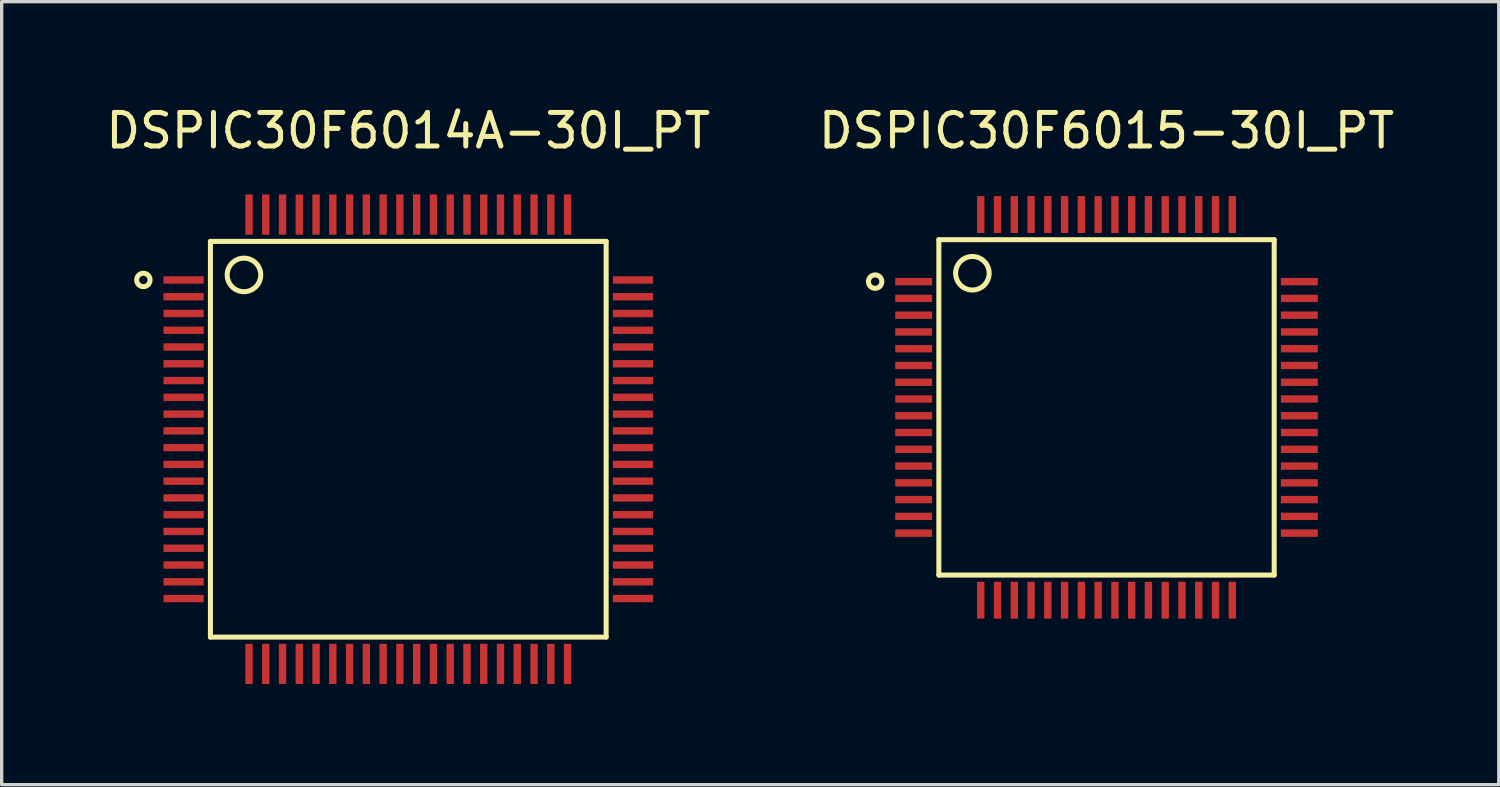
<source format=kicad_pcb>
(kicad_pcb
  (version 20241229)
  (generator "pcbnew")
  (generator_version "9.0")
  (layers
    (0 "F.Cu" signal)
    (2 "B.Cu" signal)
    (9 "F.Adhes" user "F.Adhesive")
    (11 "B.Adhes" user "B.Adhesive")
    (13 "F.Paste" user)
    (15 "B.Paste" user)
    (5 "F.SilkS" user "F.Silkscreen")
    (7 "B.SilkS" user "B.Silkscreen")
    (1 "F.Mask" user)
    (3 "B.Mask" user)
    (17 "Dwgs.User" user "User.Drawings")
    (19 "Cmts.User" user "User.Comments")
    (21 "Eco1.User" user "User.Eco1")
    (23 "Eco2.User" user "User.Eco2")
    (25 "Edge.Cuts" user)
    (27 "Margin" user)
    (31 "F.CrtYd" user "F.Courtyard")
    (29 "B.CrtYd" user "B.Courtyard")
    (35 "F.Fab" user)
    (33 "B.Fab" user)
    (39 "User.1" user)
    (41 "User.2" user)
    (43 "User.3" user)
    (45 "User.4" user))
  (footprint "DSPIC30F6015-30I_PT"
    (layer "F.Cu")
    (at 24.196 3.348)
    (property "Reference" "DSPIC30F6015-30I_PT" (at 5.75 -2.5 0) (layer "F.SilkS") (effects (font (size 1 1) (thickness 0.15))))
    (attr through_hole)
    (fp_line (start 0.75 0.75) (end 0.75 10.75) (stroke (width 0.15) (type solid)) (layer "F.SilkS"))
    (fp_line (start 0.75 0.75) (end 10.75 0.75) (stroke (width 0.15) (type solid)) (layer "F.SilkS"))
    (fp_line (start 0.75 10.75) (end 10.75 10.75) (stroke (width 0.15) (type solid)) (layer "F.SilkS"))
    (fp_line (start 10.75 10.75) (end 10.75 0.75) (stroke (width 0.15) (type solid)) (layer "F.SilkS"))
    (fp_circle (center -1.15 2) (end -1.15 1.8) (stroke (width 0.15) (type solid)) (fill no) (layer "F.SilkS"))
    (fp_circle (center 1.75 1.75) (end 1.75 1.25) (stroke (width 0.15) (type solid)) (fill no) (layer "F.SilkS"))
    (pad "1" smd rect (at 0 2) (size 1.1 0.22) (layers "F.Cu" "F.Mask" "F.Paste"))
    (pad "2" smd rect (at 0 2.5) (size 1.1 0.22) (layers "F.Cu" "F.Mask" "F.Paste"))
    (pad "3" smd rect (at 0 3) (size 1.1 0.22) (layers "F.Cu" "F.Mask" "F.Paste"))
    (pad "4" smd rect (at 0 3.5) (size 1.1 0.22) (layers "F.Cu" "F.Mask" "F.Paste"))
    (pad "5" smd rect (at 0 4) (size 1.1 0.22) (layers "F.Cu" "F.Mask" "F.Paste"))
    (pad "6" smd rect (at 0 4.5) (size 1.1 0.22) (layers "F.Cu" "F.Mask" "F.Paste"))
    (pad "7" smd rect (at 0 5) (size 1.1 0.22) (layers "F.Cu" "F.Mask" "F.Paste"))
    (pad "8" smd rect (at 0 5.5) (size 1.1 0.22) (layers "F.Cu" "F.Mask" "F.Paste"))
    (pad "9" smd rect (at 0 6) (size 1.1 0.22) (layers "F.Cu" "F.Mask" "F.Paste"))
    (pad "10" smd rect (at 0 6.5) (size 1.1 0.22) (layers "F.Cu" "F.Mask" "F.Paste"))
    (pad "11" smd rect (at 0 7) (size 1.1 0.22) (layers "F.Cu" "F.Mask" "F.Paste"))
    (pad "12" smd rect (at 0 7.5) (size 1.1 0.22) (layers "F.Cu" "F.Mask" "F.Paste"))
    (pad "13" smd rect (at 0 8) (size 1.1 0.22) (layers "F.Cu" "F.Mask" "F.Paste"))
    (pad "14" smd rect (at 0 8.5) (size 1.1 0.22) (layers "F.Cu" "F.Mask" "F.Paste"))
    (pad "15" smd rect (at 0 9) (size 1.1 0.22) (layers "F.Cu" "F.Mask" "F.Paste"))
    (pad "16" smd rect (at 0 9.5) (size 1.1 0.22) (layers "F.Cu" "F.Mask" "F.Paste"))
    (pad "17" smd rect (at 2 11.5) (size 0.22 1.1) (layers "F.Cu" "F.Mask" "F.Paste"))
    (pad "18" smd rect (at 2.5 11.5) (size 0.22 1.1) (layers "F.Cu" "F.Mask" "F.Paste"))
    (pad "19" smd rect (at 3 11.5) (size 0.22 1.1) (layers "F.Cu" "F.Mask" "F.Paste"))
    (pad "20" smd rect (at 3.5 11.5) (size 0.22 1.1) (layers "F.Cu" "F.Mask" "F.Paste"))
    (pad "21" smd rect (at 4 11.5) (size 0.22 1.1) (layers "F.Cu" "F.Mask" "F.Paste"))
    (pad "22" smd rect (at 4.5 11.5) (size 0.22 1.1) (layers "F.Cu" "F.Mask" "F.Paste"))
    (pad "23" smd rect (at 5 11.5) (size 0.22 1.1) (layers "F.Cu" "F.Mask" "F.Paste"))
    (pad "24" smd rect (at 5.5 11.5) (size 0.22 1.1) (layers "F.Cu" "F.Mask" "F.Paste"))
    (pad "25" smd rect (at 6 11.5) (size 0.22 1.1) (layers "F.Cu" "F.Mask" "F.Paste"))
    (pad "26" smd rect (at 6.5 11.5) (size 0.22 1.1) (layers "F.Cu" "F.Mask" "F.Paste"))
    (pad "27" smd rect (at 7 11.5) (size 0.22 1.1) (layers "F.Cu" "F.Mask" "F.Paste"))
    (pad "28" smd rect (at 7.5 11.5) (size 0.22 1.1) (layers "F.Cu" "F.Mask" "F.Paste"))
    (pad "29" smd rect (at 8 11.5) (size 0.22 1.1) (layers "F.Cu" "F.Mask" "F.Paste"))
    (pad "30" smd rect (at 8.5 11.5) (size 0.22 1.1) (layers "F.Cu" "F.Mask" "F.Paste"))
    (pad "31" smd rect (at 9 11.5) (size 0.22 1.1) (layers "F.Cu" "F.Mask" "F.Paste"))
    (pad "32" smd rect (at 9.5 11.5) (size 0.22 1.1) (layers "F.Cu" "F.Mask" "F.Paste"))
    (pad "33" smd rect (at 11.5 9.5) (size 1.1 0.22) (layers "F.Cu" "F.Mask" "F.Paste"))
    (pad "34" smd rect (at 11.5 9) (size 1.1 0.22) (layers "F.Cu" "F.Mask" "F.Paste"))
    (pad "35" smd rect (at 11.5 8.5) (size 1.1 0.22) (layers "F.Cu" "F.Mask" "F.Paste"))
    (pad "36" smd rect (at 11.5 8) (size 1.1 0.22) (layers "F.Cu" "F.Mask" "F.Paste"))
    (pad "37" smd rect (at 11.5 7.5) (size 1.1 0.22) (layers "F.Cu" "F.Mask" "F.Paste"))
    (pad "38" smd rect (at 11.5 7) (size 1.1 0.22) (layers "F.Cu" "F.Mask" "F.Paste"))
    (pad "39" smd rect (at 11.5 6.5) (size 1.1 0.22) (layers "F.Cu" "F.Mask" "F.Paste"))
    (pad "40" smd rect (at 11.5 6) (size 1.1 0.22) (layers "F.Cu" "F.Mask" "F.Paste"))
    (pad "41" smd rect (at 11.5 5.5) (size 1.1 0.22) (layers "F.Cu" "F.Mask" "F.Paste"))
    (pad "42" smd rect (at 11.5 5) (size 1.1 0.22) (layers "F.Cu" "F.Mask" "F.Paste"))
    (pad "43" smd rect (at 11.5 4.5) (size 1.1 0.22) (layers "F.Cu" "F.Mask" "F.Paste"))
    (pad "44" smd rect (at 11.5 4) (size 1.1 0.22) (layers "F.Cu" "F.Mask" "F.Paste"))
    (pad "45" smd rect (at 11.5 3.5) (size 1.1 0.22) (layers "F.Cu" "F.Mask" "F.Paste"))
    (pad "46" smd rect (at 11.5 3) (size 1.1 0.22) (layers "F.Cu" "F.Mask" "F.Paste"))
    (pad "47" smd rect (at 11.5 2.5) (size 1.1 0.22) (layers "F.Cu" "F.Mask" "F.Paste"))
    (pad "48" smd rect (at 11.5 2) (size 1.1 0.22) (layers "F.Cu" "F.Mask" "F.Paste"))
    (pad "49" smd rect (at 9.5 0) (size 0.22 1.1) (layers "F.Cu" "F.Mask" "F.Paste"))
    (pad "50" smd rect (at 9 0) (size 0.22 1.1) (layers "F.Cu" "F.Mask" "F.Paste"))
    (pad "51" smd rect (at 8.5 0) (size 0.22 1.1) (layers "F.Cu" "F.Mask" "F.Paste"))
    (pad "52" smd rect (at 8 0) (size 0.22 1.1) (layers "F.Cu" "F.Mask" "F.Paste"))
    (pad "53" smd rect (at 7.5 0) (size 0.22 1.1) (layers "F.Cu" "F.Mask" "F.Paste"))
    (pad "54" smd rect (at 7 0) (size 0.22 1.1) (layers "F.Cu" "F.Mask" "F.Paste"))
    (pad "55" smd rect (at 6.5 0) (size 0.22 1.1) (layers "F.Cu" "F.Mask" "F.Paste"))
    (pad "56" smd rect (at 6 0) (size 0.22 1.1) (layers "F.Cu" "F.Mask" "F.Paste"))
    (pad "57" smd rect (at 5.5 0) (size 0.22 1.1) (layers "F.Cu" "F.Mask" "F.Paste"))
    (pad "58" smd rect (at 5 0) (size 0.22 1.1) (layers "F.Cu" "F.Mask" "F.Paste"))
    (pad "59" smd rect (at 4.5 0) (size 0.22 1.1) (layers "F.Cu" "F.Mask" "F.Paste"))
    (pad "60" smd rect (at 4 0) (size 0.22 1.1) (layers "F.Cu" "F.Mask" "F.Paste"))
    (pad "61" smd rect (at 3.5 0) (size 0.22 1.1) (layers "F.Cu" "F.Mask" "F.Paste"))
    (pad "62" smd rect (at 3 0) (size 0.22 1.1) (layers "F.Cu" "F.Mask" "F.Paste"))
    (pad "63" smd rect (at 2.5 0) (size 0.22 1.1) (layers "F.Cu" "F.Mask" "F.Paste"))
    (pad "64" smd rect (at 2 0) (size 0.22 1.1) (layers "F.Cu" "F.Mask" "F.Paste")))
  (footprint "DSPIC30F6014A-30I_PT"
    (layer "F.Cu")
    (at 2.425 3.348)
    (property "Reference" "DSPIC30F6014A-30I_PT" (at 6.7 -2.5 0) (layer "F.SilkS") (effects (font (size 1 1) (thickness 0.15))))
    (attr through_hole)
    (fp_line (start 0.8 0.8) (end 0.8 12.6) (stroke (width 0.15) (type solid)) (layer "F.SilkS"))
    (fp_line (start 0.8 0.8) (end 12.6 0.8) (stroke (width 0.15) (type solid)) (layer "F.SilkS"))
    (fp_line (start 0.8 12.6) (end 12.6 12.6) (stroke (width 0.15) (type solid)) (layer "F.SilkS"))
    (fp_line (start 12.6 12.6) (end 12.6 0.8) (stroke (width 0.15) (type solid)) (layer "F.SilkS"))
    (fp_circle (center -1.2 1.95) (end -1.2 1.75) (stroke (width 0.15) (type solid)) (fill no) (layer "F.SilkS"))
    (fp_circle (center 1.8 1.8) (end 1.8 1.3) (stroke (width 0.15) (type solid)) (fill no) (layer "F.SilkS"))
    (pad "1" smd rect (at 0 1.95) (size 1.2 0.22) (layers "F.Cu" "F.Mask" "F.Paste"))
    (pad "2" smd rect (at 0 2.45) (size 1.2 0.22) (layers "F.Cu" "F.Mask" "F.Paste"))
    (pad "3" smd rect (at 0 2.95) (size 1.2 0.22) (layers "F.Cu" "F.Mask" "F.Paste"))
    (pad "4" smd rect (at 0 3.45) (size 1.2 0.22) (layers "F.Cu" "F.Mask" "F.Paste"))
    (pad "5" smd rect (at 0 3.95) (size 1.2 0.22) (layers "F.Cu" "F.Mask" "F.Paste"))
    (pad "6" smd rect (at 0 4.45) (size 1.2 0.22) (layers "F.Cu" "F.Mask" "F.Paste"))
    (pad "7" smd rect (at 0 4.95) (size 1.2 0.22) (layers "F.Cu" "F.Mask" "F.Paste"))
    (pad "8" smd rect (at 0 5.45) (size 1.2 0.22) (layers "F.Cu" "F.Mask" "F.Paste"))
    (pad "9" smd rect (at 0 5.95) (size 1.2 0.22) (layers "F.Cu" "F.Mask" "F.Paste"))
    (pad "10" smd rect (at 0 6.45) (size 1.2 0.22) (layers "F.Cu" "F.Mask" "F.Paste"))
    (pad "11" smd rect (at 0 6.95) (size 1.2 0.22) (layers "F.Cu" "F.Mask" "F.Paste"))
    (pad "12" smd rect (at 0 7.45) (size 1.2 0.22) (layers "F.Cu" "F.Mask" "F.Paste"))
    (pad "13" smd rect (at 0 7.95) (size 1.2 0.22) (layers "F.Cu" "F.Mask" "F.Paste"))
    (pad "14" smd rect (at 0 8.45) (size 1.2 0.22) (layers "F.Cu" "F.Mask" "F.Paste"))
    (pad "15" smd rect (at 0 8.95) (size 1.2 0.22) (layers "F.Cu" "F.Mask" "F.Paste"))
    (pad "16" smd rect (at 0 9.45) (size 1.2 0.22) (layers "F.Cu" "F.Mask" "F.Paste"))
    (pad "17" smd rect (at 0 9.95) (size 1.2 0.22) (layers "F.Cu" "F.Mask" "F.Paste"))
    (pad "18" smd rect (at 0 10.45) (size 1.2 0.22) (layers "F.Cu" "F.Mask" "F.Paste"))
    (pad "19" smd rect (at 0 10.95) (size 1.2 0.22) (layers "F.Cu" "F.Mask" "F.Paste"))
    (pad "20" smd rect (at 0 11.45) (size 1.2 0.22) (layers "F.Cu" "F.Mask" "F.Paste"))
    (pad "21" smd rect (at 1.95 13.4) (size 0.22 1.2) (layers "F.Cu" "F.Mask" "F.Paste"))
    (pad "22" smd rect (at 2.45 13.4) (size 0.22 1.2) (layers "F.Cu" "F.Mask" "F.Paste"))
    (pad "23" smd rect (at 2.95 13.4) (size 0.22 1.2) (layers "F.Cu" "F.Mask" "F.Paste"))
    (pad "24" smd rect (at 3.45 13.4) (size 0.22 1.2) (layers "F.Cu" "F.Mask" "F.Paste"))
    (pad "25" smd rect (at 3.95 13.4) (size 0.22 1.2) (layers "F.Cu" "F.Mask" "F.Paste"))
    (pad "26" smd rect (at 4.45 13.4) (size 0.22 1.2) (layers "F.Cu" "F.Mask" "F.Paste"))
    (pad "27" smd rect (at 4.95 13.4) (size 0.22 1.2) (layers "F.Cu" "F.Mask" "F.Paste"))
    (pad "28" smd rect (at 5.45 13.4) (size 0.22 1.2) (layers "F.Cu" "F.Mask" "F.Paste"))
    (pad "29" smd rect (at 5.95 13.4) (size 0.22 1.2) (layers "F.Cu" "F.Mask" "F.Paste"))
    (pad "30" smd rect (at 6.45 13.4) (size 0.22 1.2) (layers "F.Cu" "F.Mask" "F.Paste"))
    (pad "31" smd rect (at 6.95 13.4) (size 0.22 1.2) (layers "F.Cu" "F.Mask" "F.Paste"))
    (pad "32" smd rect (at 7.45 13.4) (size 0.22 1.2) (layers "F.Cu" "F.Mask" "F.Paste"))
    (pad "33" smd rect (at 7.95 13.4) (size 0.22 1.2) (layers "F.Cu" "F.Mask" "F.Paste"))
    (pad "34" smd rect (at 8.45 13.4) (size 0.22 1.2) (layers "F.Cu" "F.Mask" "F.Paste"))
    (pad "35" smd rect (at 8.95 13.4) (size 0.22 1.2) (layers "F.Cu" "F.Mask" "F.Paste"))
    (pad "36" smd rect (at 9.45 13.4) (size 0.22 1.2) (layers "F.Cu" "F.Mask" "F.Paste"))
    (pad "37" smd rect (at 9.95 13.4) (size 0.22 1.2) (layers "F.Cu" "F.Mask" "F.Paste"))
    (pad "38" smd rect (at 10.45 13.4) (size 0.22 1.2) (layers "F.Cu" "F.Mask" "F.Paste"))
    (pad "39" smd rect (at 10.95 13.4) (size 0.22 1.2) (layers "F.Cu" "F.Mask" "F.Paste"))
    (pad "40" smd rect (at 11.45 13.4) (size 0.22 1.2) (layers "F.Cu" "F.Mask" "F.Paste"))
    (pad "41" smd rect (at 13.4 11.45) (size 1.2 0.22) (layers "F.Cu" "F.Mask" "F.Paste"))
    (pad "42" smd rect (at 13.4 10.95) (size 1.2 0.22) (layers "F.Cu" "F.Mask" "F.Paste"))
    (pad "43" smd rect (at 13.4 10.45) (size 1.2 0.22) (layers "F.Cu" "F.Mask" "F.Paste"))
    (pad "44" smd rect (at 13.4 9.95) (size 1.2 0.22) (layers "F.Cu" "F.Mask" "F.Paste"))
    (pad "45" smd rect (at 13.4 9.45) (size 1.2 0.22) (layers "F.Cu" "F.Mask" "F.Paste"))
    (pad "46" smd rect (at 13.4 8.95) (size 1.2 0.22) (layers "F.Cu" "F.Mask" "F.Paste"))
    (pad "47" smd rect (at 13.4 8.45) (size 1.2 0.22) (layers "F.Cu" "F.Mask" "F.Paste"))
    (pad "48" smd rect (at 13.4 7.95) (size 1.2 0.22) (layers "F.Cu" "F.Mask" "F.Paste"))
    (pad "49" smd rect (at 13.4 7.45) (size 1.2 0.22) (layers "F.Cu" "F.Mask" "F.Paste"))
    (pad "50" smd rect (at 13.4 6.95) (size 1.2 0.22) (layers "F.Cu" "F.Mask" "F.Paste"))
    (pad "51" smd rect (at 13.4 6.45) (size 1.2 0.22) (layers "F.Cu" "F.Mask" "F.Paste"))
    (pad "52" smd rect (at 13.4 5.95) (size 1.2 0.22) (layers "F.Cu" "F.Mask" "F.Paste"))
    (pad "53" smd rect (at 13.4 5.45) (size 1.2 0.22) (layers "F.Cu" "F.Mask" "F.Paste"))
    (pad "54" smd rect (at 13.4 4.95) (size 1.2 0.22) (layers "F.Cu" "F.Mask" "F.Paste"))
    (pad "55" smd rect (at 13.4 4.45) (size 1.2 0.22) (layers "F.Cu" "F.Mask" "F.Paste"))
    (pad "56" smd rect (at 13.4 3.95) (size 1.2 0.22) (layers "F.Cu" "F.Mask" "F.Paste"))
    (pad "57" smd rect (at 13.4 3.45) (size 1.2 0.22) (layers "F.Cu" "F.Mask" "F.Paste"))
    (pad "58" smd rect (at 13.4 2.95) (size 1.2 0.22) (layers "F.Cu" "F.Mask" "F.Paste"))
    (pad "59" smd rect (at 13.4 2.45) (size 1.2 0.22) (layers "F.Cu" "F.Mask" "F.Paste"))
    (pad "60" smd rect (at 13.4 1.95) (size 1.2 0.22) (layers "F.Cu" "F.Mask" "F.Paste"))
    (pad "61" smd rect (at 11.45 0) (size 0.22 1.2) (layers "F.Cu" "F.Mask" "F.Paste"))
    (pad "62" smd rect (at 10.95 0) (size 0.22 1.2) (layers "F.Cu" "F.Mask" "F.Paste"))
    (pad "63" smd rect (at 10.45 0) (size 0.22 1.2) (layers "F.Cu" "F.Mask" "F.Paste"))
    (pad "64" smd rect (at 9.95 0) (size 0.22 1.2) (layers "F.Cu" "F.Mask" "F.Paste"))
    (pad "65" smd rect (at 9.45 0) (size 0.22 1.2) (layers "F.Cu" "F.Mask" "F.Paste"))
    (pad "66" smd rect (at 8.95 0) (size 0.22 1.2) (layers "F.Cu" "F.Mask" "F.Paste"))
    (pad "67" smd rect (at 8.45 0) (size 0.22 1.2) (layers "F.Cu" "F.Mask" "F.Paste"))
    (pad "68" smd rect (at 7.95 0) (size 0.22 1.2) (layers "F.Cu" "F.Mask" "F.Paste"))
    (pad "69" smd rect (at 7.45 0) (size 0.22 1.2) (layers "F.Cu" "F.Mask" "F.Paste"))
    (pad "70" smd rect (at 6.95 0) (size 0.22 1.2) (layers "F.Cu" "F.Mask" "F.Paste"))
    (pad "71" smd rect (at 6.45 0) (size 0.22 1.2) (layers "F.Cu" "F.Mask" "F.Paste"))
    (pad "72" smd rect (at 5.95 0) (size 0.22 1.2) (layers "F.Cu" "F.Mask" "F.Paste"))
    (pad "73" smd rect (at 5.45 0) (size 0.22 1.2) (layers "F.Cu" "F.Mask" "F.Paste"))
    (pad "74" smd rect (at 4.95 0) (size 0.22 1.2) (layers "F.Cu" "F.Mask" "F.Paste"))
    (pad "75" smd rect (at 4.45 0) (size 0.22 1.2) (layers "F.Cu" "F.Mask" "F.Paste"))
    (pad "76" smd rect (at 3.95 0) (size 0.22 1.2) (layers "F.Cu" "F.Mask" "F.Paste"))
    (pad "77" smd rect (at 3.45 0) (size 0.22 1.2) (layers "F.Cu" "F.Mask" "F.Paste"))
    (pad "78" smd rect (at 2.95 0) (size 0.22 1.2) (layers "F.Cu" "F.Mask" "F.Paste"))
    (pad "79" smd rect (at 2.45 0) (size 0.22 1.2) (layers "F.Cu" "F.Mask" "F.Paste"))
    (pad "80" smd rect (at 1.95 0) (size 0.22 1.2) (layers "F.Cu" "F.Mask" "F.Paste")))
  (gr_rect
    (start -3 -3)
    (end 41.643 20.348)
    (stroke (width 0.1) (type default))
    (fill no)
    (layer "Edge.Cuts")))
</source>
